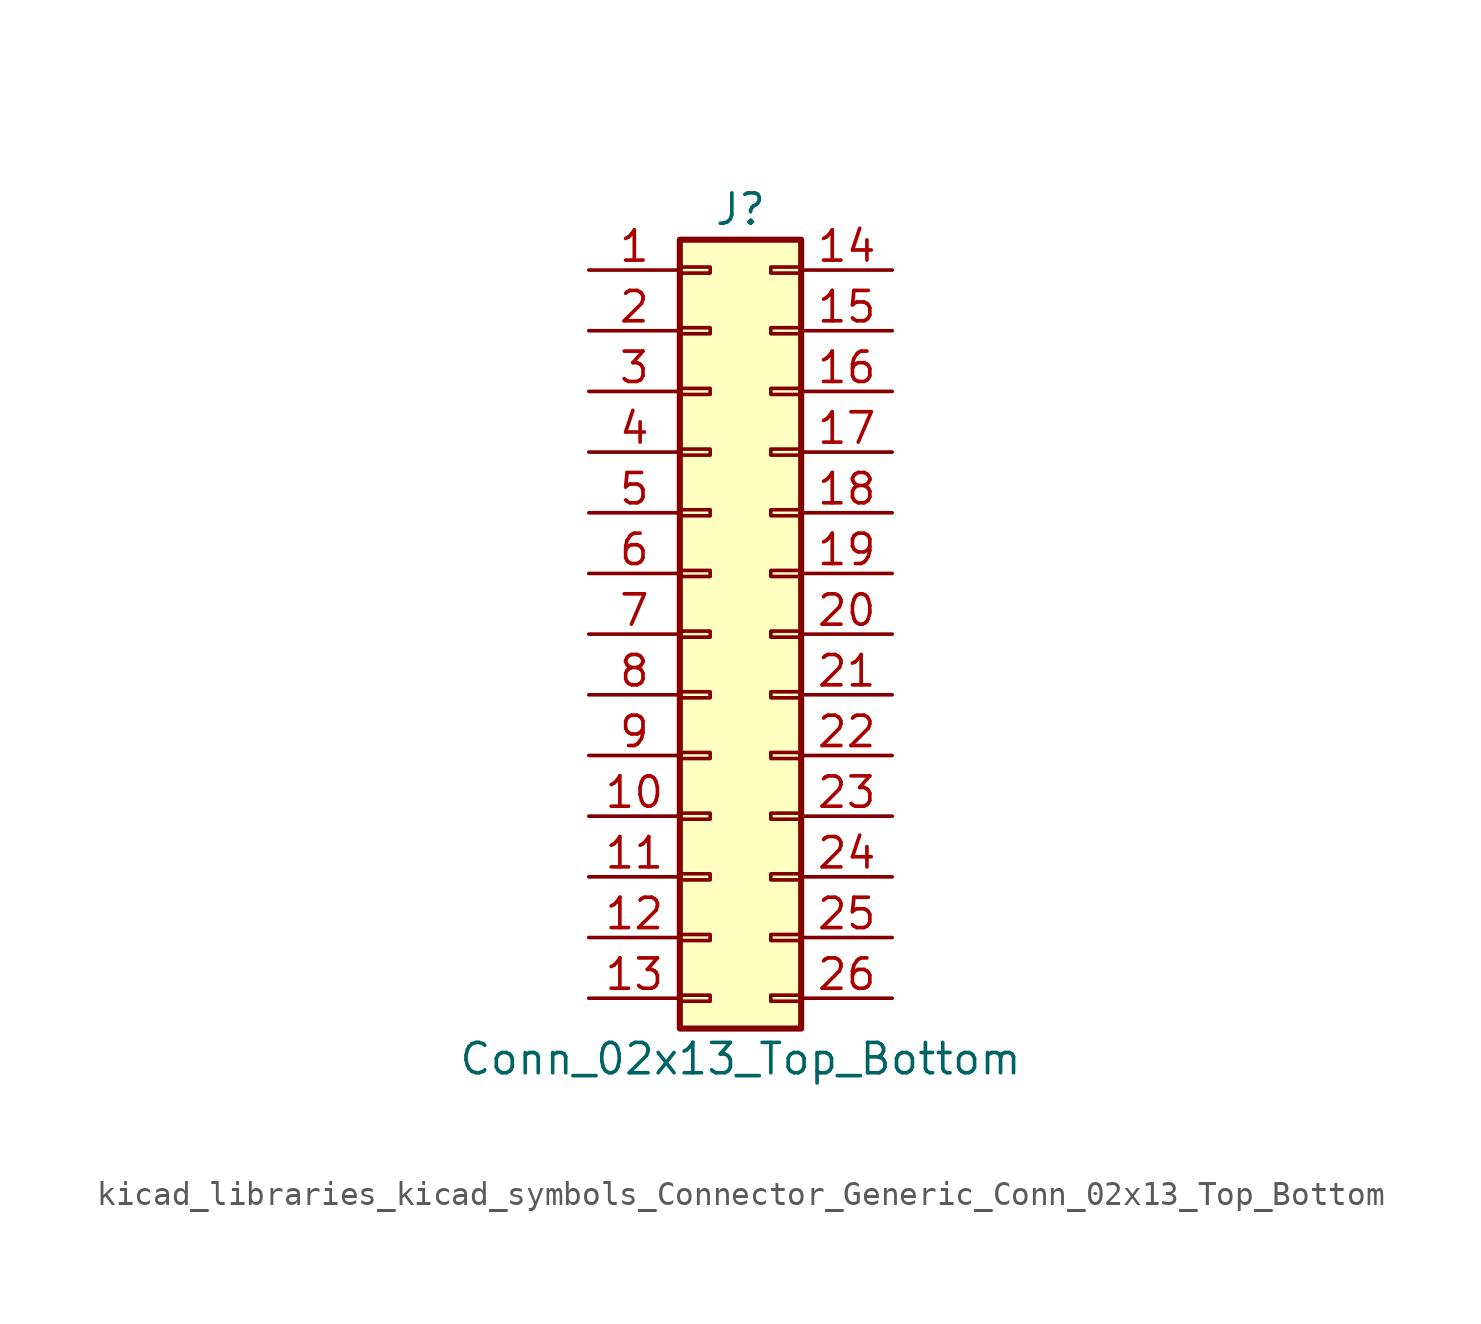
<source format=kicad_sym>
(kicad_symbol_lib
  (version 20220914)
  (generator kicad_symbol_editor)
  (symbol "kicad_libraries_kicad_symbols_Connector_Generic_Conn_02x13_Top_Bottom"
    (pin_names
      (offset 1.016) hide)
    (property "Reference" "J"
      (at 1.27 17.78 0)
      (effects (font (size 1.27 1.27))))
    (property "Value" "Conn_02x13_Top_Bottom"
      (at 1.27 -17.78 0)
      (effects (font (size 1.27 1.27))))
    (symbol "kicad_libraries_kicad_symbols_Connector_Generic_Conn_02x13_Top_Bottom_1_1"
      (rectangle (start -1.27 -15.113) (end 0 -15.367) (stroke (width 0.152) (type default)) (fill (type none)))
      (rectangle (start -1.27 -12.573) (end 0 -12.827) (stroke (width 0.152) (type default)) (fill (type none)))
      (rectangle (start -1.27 -10.033) (end 0 -10.287) (stroke (width 0.152) (type default)) (fill (type none)))
      (rectangle (start -1.27 -7.493) (end 0 -7.747) (stroke (width 0.152) (type default)) (fill (type none)))
      (rectangle (start -1.27 -4.953) (end 0 -5.207) (stroke (width 0.152) (type default)) (fill (type none)))
      (rectangle (start -1.27 -2.413) (end 0 -2.667) (stroke (width 0.152) (type default)) (fill (type none)))
      (rectangle (start -1.27 0.127) (end 0 -0.127) (stroke (width 0.152) (type default)) (fill (type none)))
      (rectangle (start -1.27 2.667) (end 0 2.413) (stroke (width 0.152) (type default)) (fill (type none)))
      (rectangle (start -1.27 5.207) (end 0 4.953) (stroke (width 0.152) (type default)) (fill (type none)))
      (rectangle (start -1.27 7.747) (end 0 7.493) (stroke (width 0.152) (type default)) (fill (type none)))
      (rectangle (start -1.27 10.287) (end 0 10.033) (stroke (width 0.152) (type default)) (fill (type none)))
      (rectangle (start -1.27 12.827) (end 0 12.573) (stroke (width 0.152) (type default)) (fill (type none)))
      (rectangle (start -1.27 15.367) (end 0 15.113) (stroke (width 0.152) (type default)) (fill (type none)))
      (rectangle (start -1.27 16.51) (end 3.81 -16.51) (stroke (width 0.254) (type default)) (fill (type background)))
      (rectangle (start 3.81 -15.113) (end 2.54 -15.367) (stroke (width 0.152) (type default)) (fill (type none)))
      (rectangle (start 3.81 -12.573) (end 2.54 -12.827) (stroke (width 0.152) (type default)) (fill (type none)))
      (rectangle (start 3.81 -10.033) (end 2.54 -10.287) (stroke (width 0.152) (type default)) (fill (type none)))
      (rectangle (start 3.81 -7.493) (end 2.54 -7.747) (stroke (width 0.152) (type default)) (fill (type none)))
      (rectangle (start 3.81 -4.953) (end 2.54 -5.207) (stroke (width 0.152) (type default)) (fill (type none)))
      (rectangle (start 3.81 -2.413) (end 2.54 -2.667) (stroke (width 0.152) (type default)) (fill (type none)))
      (rectangle (start 3.81 0.127) (end 2.54 -0.127) (stroke (width 0.152) (type default)) (fill (type none)))
      (rectangle (start 3.81 2.667) (end 2.54 2.413) (stroke (width 0.152) (type default)) (fill (type none)))
      (rectangle (start 3.81 5.207) (end 2.54 4.953) (stroke (width 0.152) (type default)) (fill (type none)))
      (rectangle (start 3.81 7.747) (end 2.54 7.493) (stroke (width 0.152) (type default)) (fill (type none)))
      (rectangle (start 3.81 10.287) (end 2.54 10.033) (stroke (width 0.152) (type default)) (fill (type none)))
      (rectangle (start 3.81 12.827) (end 2.54 12.573) (stroke (width 0.152) (type default)) (fill (type none)))
      (rectangle (start 3.81 15.367) (end 2.54 15.113) (stroke (width 0.152) (type default)) (fill (type none)))
      (pin passive line (at -5.08 15.24 0) (length 3.81) (name "Pin_1" (effects (font (size 1.27 1.27)))) (number "1" (effects (font (size 1.27 1.27)))))
      (pin passive line (at -5.08 -7.62 0) (length 3.81) (name "Pin_10" (effects (font (size 1.27 1.27)))) (number "10" (effects (font (size 1.27 1.27)))))
      (pin passive line (at -5.08 -10.16 0) (length 3.81) (name "Pin_11" (effects (font (size 1.27 1.27)))) (number "11" (effects (font (size 1.27 1.27)))))
      (pin passive line (at -5.08 -12.7 0) (length 3.81) (name "Pin_12" (effects (font (size 1.27 1.27)))) (number "12" (effects (font (size 1.27 1.27)))))
      (pin passive line (at -5.08 -15.24 0) (length 3.81) (name "Pin_13" (effects (font (size 1.27 1.27)))) (number "13" (effects (font (size 1.27 1.27)))))
      (pin passive line (at 7.62 15.24 180) (length 3.81) (name "Pin_14" (effects (font (size 1.27 1.27)))) (number "14" (effects (font (size 1.27 1.27)))))
      (pin passive line (at 7.62 12.7 180) (length 3.81) (name "Pin_15" (effects (font (size 1.27 1.27)))) (number "15" (effects (font (size 1.27 1.27)))))
      (pin passive line (at 7.62 10.16 180) (length 3.81) (name "Pin_16" (effects (font (size 1.27 1.27)))) (number "16" (effects (font (size 1.27 1.27)))))
      (pin passive line (at 7.62 7.62 180) (length 3.81) (name "Pin_17" (effects (font (size 1.27 1.27)))) (number "17" (effects (font (size 1.27 1.27)))))
      (pin passive line (at 7.62 5.08 180) (length 3.81) (name "Pin_18" (effects (font (size 1.27 1.27)))) (number "18" (effects (font (size 1.27 1.27)))))
      (pin passive line (at 7.62 2.54 180) (length 3.81) (name "Pin_19" (effects (font (size 1.27 1.27)))) (number "19" (effects (font (size 1.27 1.27)))))
      (pin passive line (at -5.08 12.7 0) (length 3.81) (name "Pin_2" (effects (font (size 1.27 1.27)))) (number "2" (effects (font (size 1.27 1.27)))))
      (pin passive line (at 7.62 0 180) (length 3.81) (name "Pin_20" (effects (font (size 1.27 1.27)))) (number "20" (effects (font (size 1.27 1.27)))))
      (pin passive line (at 7.62 -2.54 180) (length 3.81) (name "Pin_21" (effects (font (size 1.27 1.27)))) (number "21" (effects (font (size 1.27 1.27)))))
      (pin passive line (at 7.62 -5.08 180) (length 3.81) (name "Pin_22" (effects (font (size 1.27 1.27)))) (number "22" (effects (font (size 1.27 1.27)))))
      (pin passive line (at 7.62 -7.62 180) (length 3.81) (name "Pin_23" (effects (font (size 1.27 1.27)))) (number "23" (effects (font (size 1.27 1.27)))))
      (pin passive line (at 7.62 -10.16 180) (length 3.81) (name "Pin_24" (effects (font (size 1.27 1.27)))) (number "24" (effects (font (size 1.27 1.27)))))
      (pin passive line (at 7.62 -12.7 180) (length 3.81) (name "Pin_25" (effects (font (size 1.27 1.27)))) (number "25" (effects (font (size 1.27 1.27)))))
      (pin passive line (at 7.62 -15.24 180) (length 3.81) (name "Pin_26" (effects (font (size 1.27 1.27)))) (number "26" (effects (font (size 1.27 1.27)))))
      (pin passive line (at -5.08 10.16 0) (length 3.81) (name "Pin_3" (effects (font (size 1.27 1.27)))) (number "3" (effects (font (size 1.27 1.27)))))
      (pin passive line (at -5.08 7.62 0) (length 3.81) (name "Pin_4" (effects (font (size 1.27 1.27)))) (number "4" (effects (font (size 1.27 1.27)))))
      (pin passive line (at -5.08 5.08 0) (length 3.81) (name "Pin_5" (effects (font (size 1.27 1.27)))) (number "5" (effects (font (size 1.27 1.27)))))
      (pin passive line (at -5.08 2.54 0) (length 3.81) (name "Pin_6" (effects (font (size 1.27 1.27)))) (number "6" (effects (font (size 1.27 1.27)))))
      (pin passive line (at -5.08 0 0) (length 3.81) (name "Pin_7" (effects (font (size 1.27 1.27)))) (number "7" (effects (font (size 1.27 1.27)))))
      (pin passive line (at -5.08 -2.54 0) (length 3.81) (name "Pin_8" (effects (font (size 1.27 1.27)))) (number "8" (effects (font (size 1.27 1.27)))))
      (pin passive line (at -5.08 -5.08 0) (length 3.81) (name "Pin_9" (effects (font (size 1.27 1.27)))) (number "9" (effects (font (size 1.27 1.27))))))))
</source>
